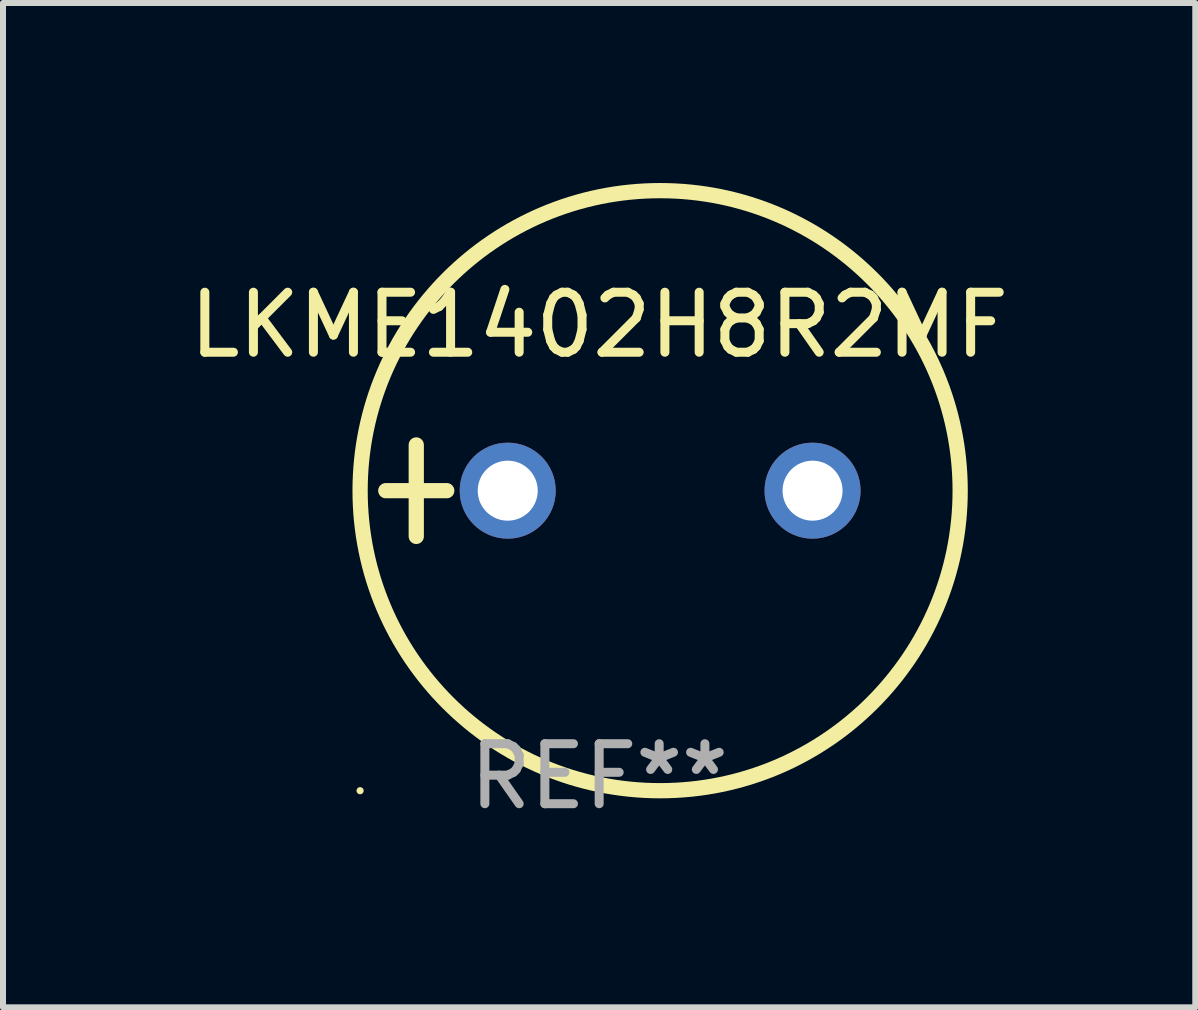
<source format=kicad_pcb>
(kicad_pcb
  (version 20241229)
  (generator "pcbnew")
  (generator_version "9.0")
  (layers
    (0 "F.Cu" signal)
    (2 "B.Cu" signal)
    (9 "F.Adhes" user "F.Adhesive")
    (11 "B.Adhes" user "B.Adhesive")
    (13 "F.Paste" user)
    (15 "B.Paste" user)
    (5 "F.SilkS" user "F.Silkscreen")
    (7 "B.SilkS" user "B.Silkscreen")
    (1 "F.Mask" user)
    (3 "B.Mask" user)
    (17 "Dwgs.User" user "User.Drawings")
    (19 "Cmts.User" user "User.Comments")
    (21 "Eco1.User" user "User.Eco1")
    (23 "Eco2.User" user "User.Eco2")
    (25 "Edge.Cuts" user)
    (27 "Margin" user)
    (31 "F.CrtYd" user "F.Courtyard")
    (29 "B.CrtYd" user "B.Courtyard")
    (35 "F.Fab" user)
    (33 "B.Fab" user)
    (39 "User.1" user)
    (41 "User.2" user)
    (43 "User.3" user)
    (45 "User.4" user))
  (footprint "LKME1402H8R2MF"
    (layer "F.Cu")
    (at 6.935 5.127)
    (property "Reference" "LKME1402H8R2MF" (at 0 -2.762 0) (layer "F.SilkS") (effects (font (size 1 1) (thickness 0.15))))
    (attr through_hole)
    (fp_line (start -3.556 0) (end -2.54 0) (stroke (width 0.254) (type solid)) (layer "F.SilkS"))
    (fp_line (start -3.048 -0.762) (end -3.048 0.762) (stroke (width 0.254) (type solid)) (layer "F.SilkS"))
    (fp_circle (center -3.984 5) (end -3.954 5) (stroke (width 0.06) (type solid)) (fill no) (layer "F.SilkS"))
    (fp_circle (center 1.016 0) (end 6.016 0) (stroke (width 0.254) (type solid)) (fill no) (layer "F.SilkS"))
    (fp_text user "REF**" (at 0 4.762 0) (layer "F.Fab") (effects (font (size 1 1) (thickness 0.15))))
    (pad "1" thru_hole circle (at -1.524 0) (size 1.6 1.6) (drill 1) (layers "*.Cu" "*.Mask"))
    (pad "2" thru_hole circle (at 3.556 0) (size 1.6 1.6) (drill 1) (layers "*.Cu" "*.Mask")))
  (gr_rect
    (start -3 -3)
    (end 16.869 13.737)
    (stroke (width 0.1) (type default))
    (fill no)
    (layer "Edge.Cuts")))
</source>
